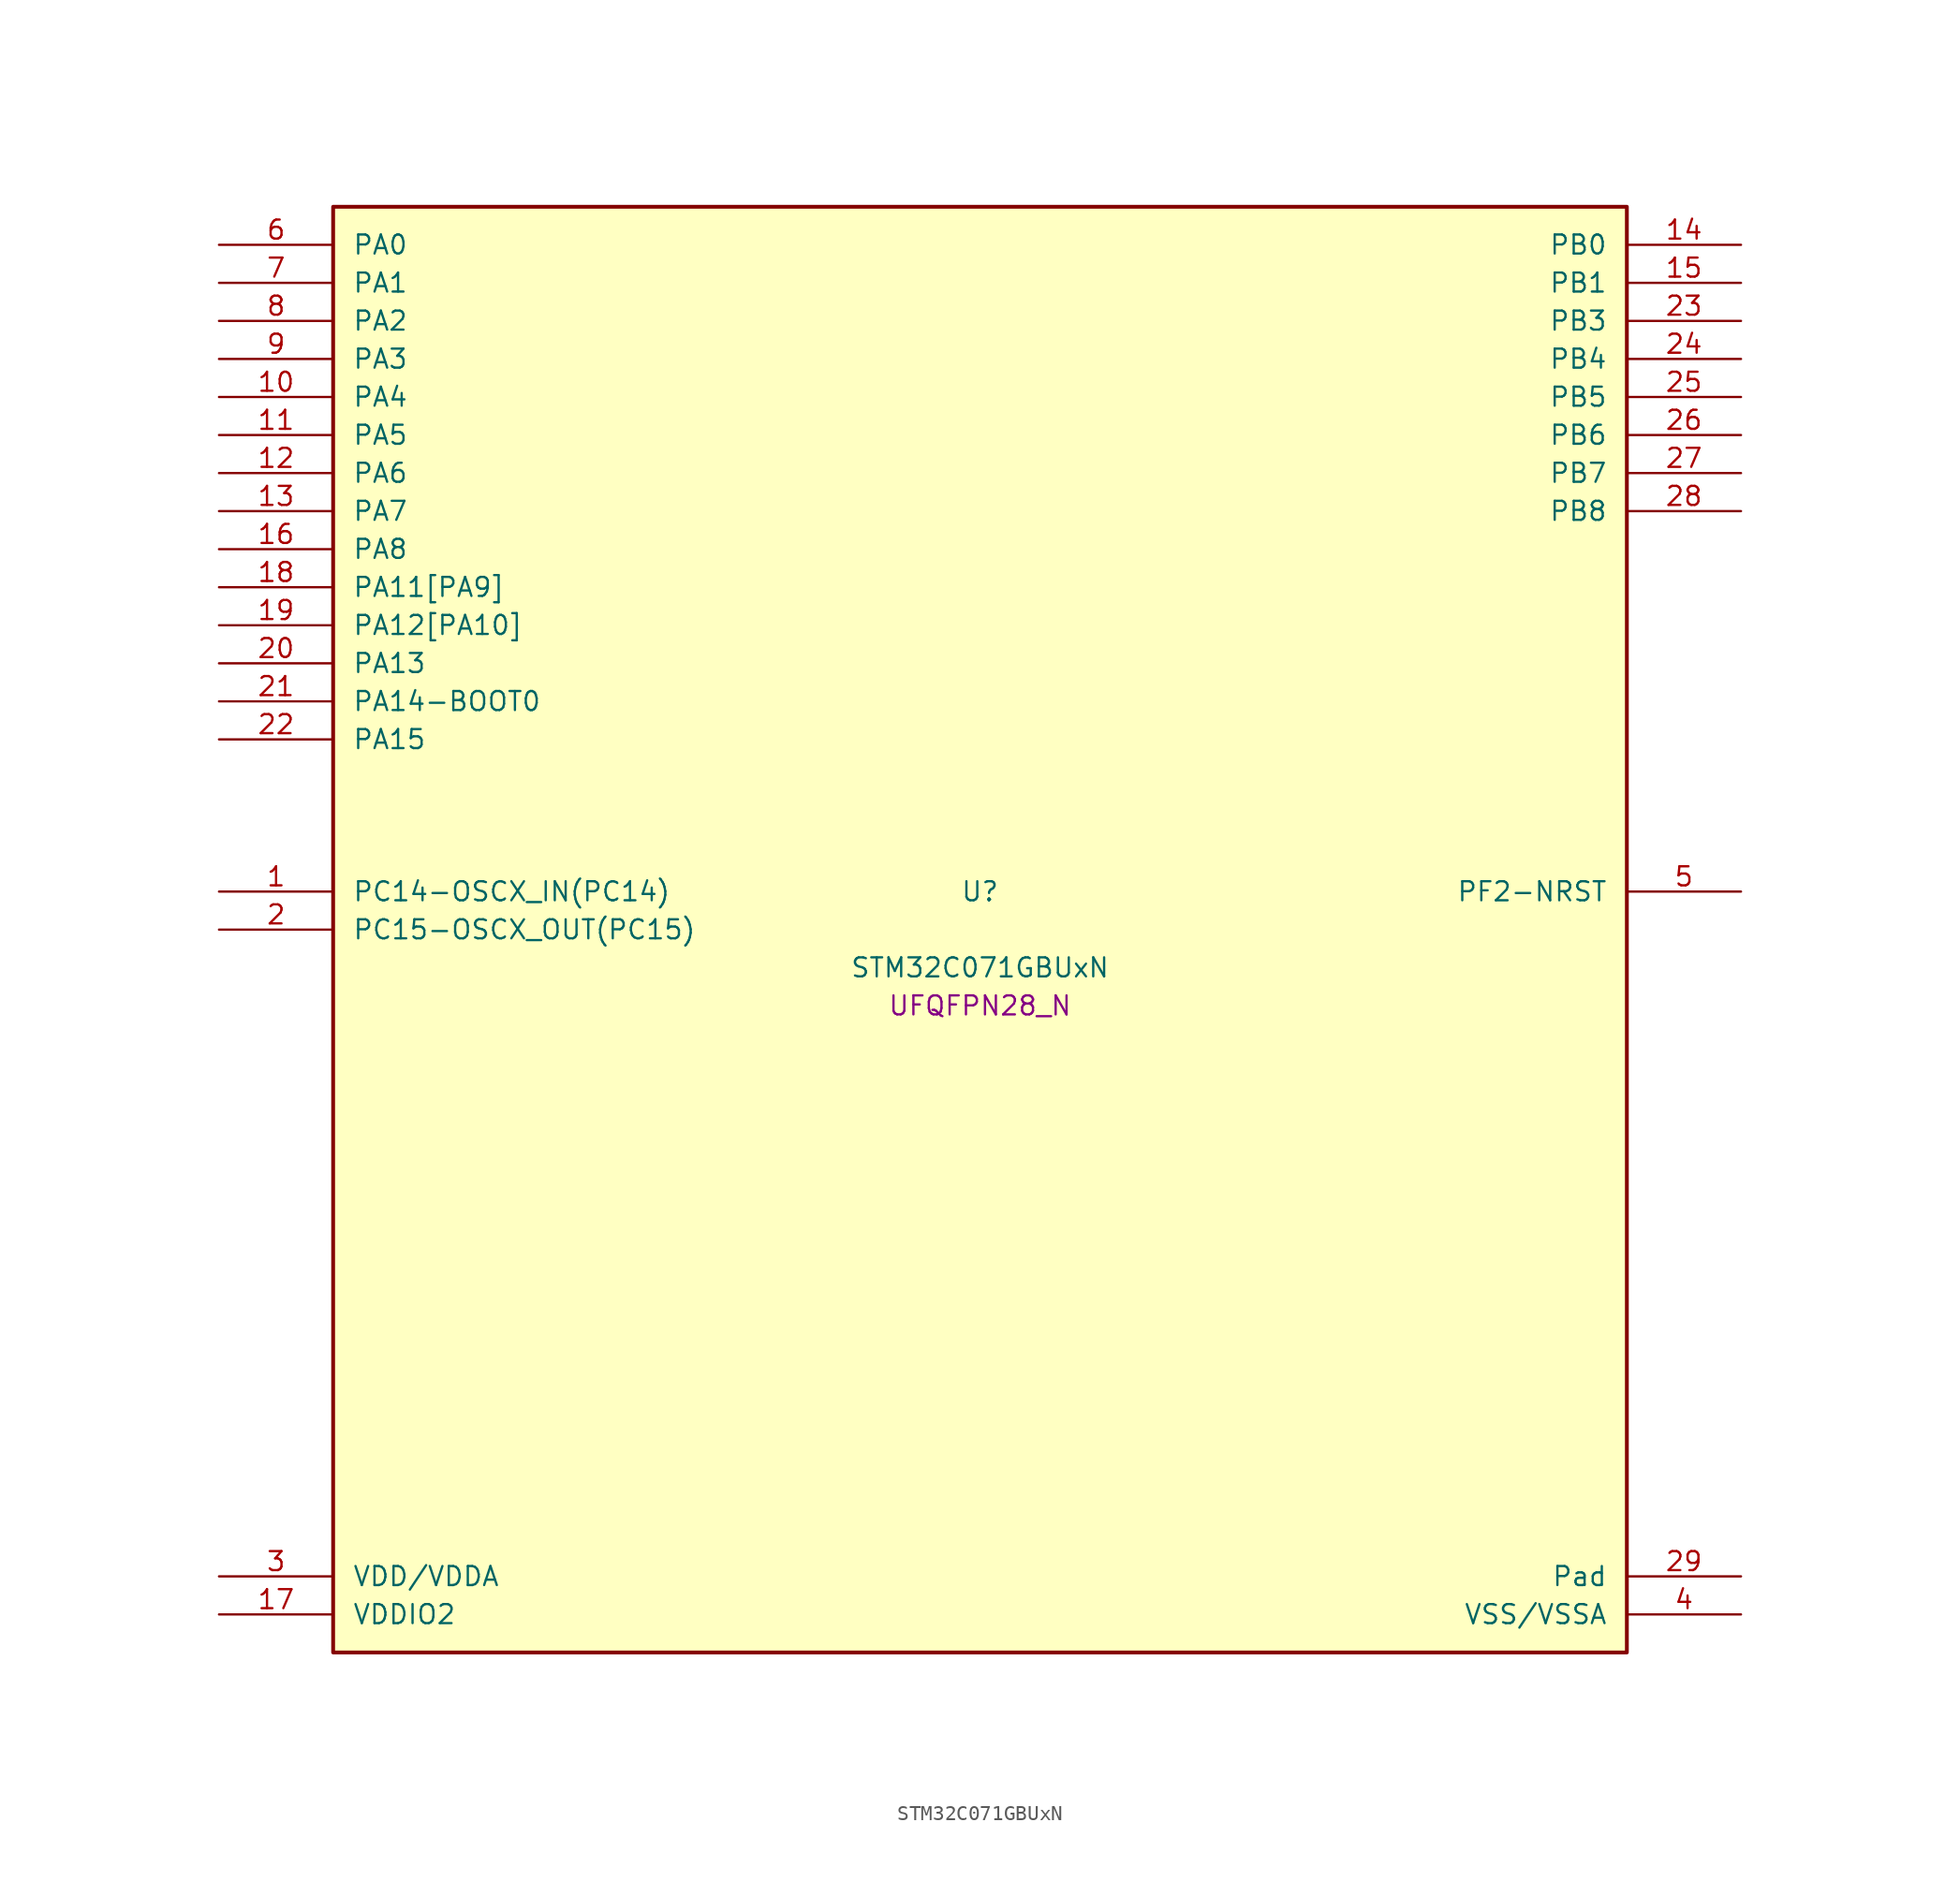
<source format=kicad_sym>
(kicad_symbol_lib
  (version 20241209)
  (generator "stm32_pkl_generator")
  (generator_version "1.0")
  (symbol "STM32C071GBUxN"
    (pin_names
      (offset 1.27))
    (property "Reference" "U"
      (at 0 2.54 0))
    (property "Value" "STM32C071GBUxN"
      (at 0 -2.54 0))
    (property "Footprint" "UFQFPN28_N"
      (at 0 -5.08 0))
    (symbol "STM32C071GBUxN_1_1"
      (rectangle (start -43.18 48.26) (end 43.18 -48.26) (stroke (width 0.254) (type solid)) (fill (type background)))
      (pin bidirectional line (at -50.8 45.72 0) (length 7.62) (name "PA0") (number "6") (alternate "PA0/ADC1_IN0" bidirectional line) (alternate "PA0/PWR_WKUP1" bidirectional line) (alternate "PA0/SPI2_SCK" bidirectional line) (alternate "PA0/TIM16_CH1" bidirectional line) (alternate "PA0/TIM1_CH1" bidirectional line) (alternate "PA0/TIM2_CH1" bidirectional line) (alternate "PA0/TIM2_ETR" bidirectional line) (alternate "PA0/USART1_TX" bidirectional line) (alternate "PA0/USART2_CTS" bidirectional line) (alternate "PA0/USART2_NSS" bidirectional line))
      (pin bidirectional line (at -50.8 43.18 0) (length 7.62) (name "PA1") (number "7") (alternate "PA1/ADC1_IN1" bidirectional line) (alternate "PA1/I2C1_SMBA" bidirectional line) (alternate "PA1/I2S1_CK" bidirectional line) (alternate "PA1/SPI1_SCK" bidirectional line) (alternate "PA1/TIM17_CH1" bidirectional line) (alternate "PA1/TIM1_CH2" bidirectional line) (alternate "PA1/TIM2_CH2" bidirectional line) (alternate "PA1/USART1_RX" bidirectional line) (alternate "PA1/USART2_CK" bidirectional line) (alternate "PA1/USART2_DE" bidirectional line) (alternate "PA1/USART2_RTS" bidirectional line))
      (pin bidirectional line (at -50.8 40.64 0) (length 7.62) (name "PA2") (number "8") (alternate "PA2/ADC1_IN2" bidirectional line) (alternate "PA2/I2S1_SD" bidirectional line) (alternate "PA2/PWR_WKUP4" bidirectional line) (alternate "PA2/RCC_LSCO" bidirectional line) (alternate "PA2/SPI1_MOSI" bidirectional line) (alternate "PA2/TIM16_CH1N" bidirectional line) (alternate "PA2/TIM1_CH3" bidirectional line) (alternate "PA2/TIM2_CH3" bidirectional line) (alternate "PA2/TIM3_ETR" bidirectional line) (alternate "PA2/USART2_TX" bidirectional line))
      (pin bidirectional line (at -50.8 38.1 0) (length 7.62) (name "PA3") (number "9") (alternate "PA3/ADC1_IN3" bidirectional line) (alternate "PA3/SPI2_MISO" bidirectional line) (alternate "PA3/TIM1_CH1N" bidirectional line) (alternate "PA3/TIM1_CH4" bidirectional line) (alternate "PA3/TIM2_CH4" bidirectional line) (alternate "PA3/USART2_RX" bidirectional line))
      (pin bidirectional line (at -50.8 35.56 0) (length 7.62) (name "PA4") (number "10") (alternate "PA4/ADC1_IN4" bidirectional line) (alternate "PA4/I2S1_WS" bidirectional line) (alternate "PA4/PWR_WKUP2" bidirectional line) (alternate "PA4/RTC_OUT1" bidirectional line) (alternate "PA4/RTC_TS" bidirectional line) (alternate "PA4/SPI1_NSS" bidirectional line) (alternate "PA4/SPI2_MOSI" bidirectional line) (alternate "PA4/TIM14_CH1" bidirectional line) (alternate "PA4/TIM17_CH1N" bidirectional line) (alternate "PA4/TIM1_CH2N" bidirectional line) (alternate "PA4/USART2_TX" bidirectional line) (alternate "PA4/USB_NOE" bidirectional line))
      (pin bidirectional line (at -50.8 33.02 0) (length 7.62) (name "PA5") (number "11") (alternate "PA5/ADC1_IN5" bidirectional line) (alternate "PA5/I2S1_CK" bidirectional line) (alternate "PA5/SPI1_SCK" bidirectional line) (alternate "PA5/TIM1_CH1" bidirectional line) (alternate "PA5/TIM1_CH3N" bidirectional line) (alternate "PA5/TIM2_CH1" bidirectional line) (alternate "PA5/TIM2_ETR" bidirectional line) (alternate "PA5/USART2_RX" bidirectional line))
      (pin bidirectional line (at -50.8 30.48 0) (length 7.62) (name "PA6") (number "12") (alternate "PA6/ADC1_IN6" bidirectional line) (alternate "PA6/I2C2_SDA" bidirectional line) (alternate "PA6/I2S1_MCK" bidirectional line) (alternate "PA6/SPI1_MISO" bidirectional line) (alternate "PA6/TIM16_CH1" bidirectional line) (alternate "PA6/TIM1_BKIN" bidirectional line) (alternate "PA6/TIM3_CH1" bidirectional line))
      (pin bidirectional line (at -50.8 27.94 0) (length 7.62) (name "PA7") (number "13") (alternate "PA7/ADC1_IN7" bidirectional line) (alternate "PA7/I2C2_SCL" bidirectional line) (alternate "PA7/I2S1_SD" bidirectional line) (alternate "PA7/SPI1_MOSI" bidirectional line) (alternate "PA7/TIM14_CH1" bidirectional line) (alternate "PA7/TIM17_CH1" bidirectional line) (alternate "PA7/TIM1_CH1N" bidirectional line) (alternate "PA7/TIM3_CH2" bidirectional line))
      (pin bidirectional line (at -50.8 25.4 0) (length 7.62) (name "PA8") (number "16") (alternate "PA8/ADC1_IN8" bidirectional line) (alternate "PA8/CRS_SYNC" bidirectional line) (alternate "PA8/I2S1_WS" bidirectional line) (alternate "PA8/RCC_MCO" bidirectional line) (alternate "PA8/RCC_MCO_2" bidirectional line) (alternate "PA8/SPI1_NSS" bidirectional line) (alternate "PA8/SPI2_MISO" bidirectional line) (alternate "PA8/SPI2_NSS" bidirectional line) (alternate "PA8/TIM14_CH1" bidirectional line) (alternate "PA8/TIM1_CH1" bidirectional line) (alternate "PA8/TIM1_CH2N" bidirectional line) (alternate "PA8/TIM1_CH3N" bidirectional line) (alternate "PA8/TIM3_CH3" bidirectional line) (alternate "PA8/TIM3_CH4" bidirectional line) (alternate "PA8/USART1_RX" bidirectional line) (alternate "PA8/USART2_TX" bidirectional line))
      (pin bidirectional line (at -50.8 22.86 0) (length 7.62) (name "PA11[PA9]") (number "18") (alternate "PA11[PA9]/ADC1_EXTI11" bidirectional line) (alternate "PA11[PA9]/I2C2_SCL" bidirectional line) (alternate "PA11[PA9]/I2S1_MCK" bidirectional line) (alternate "PA11[PA9]/SPI1_MISO" bidirectional line) (alternate "PA11[PA9]/TIM1_BKIN2" bidirectional line) (alternate "PA11[PA9]/TIM1_CH4" bidirectional line) (alternate "PA11[PA9]/USART1_CTS" bidirectional line) (alternate "PA11[PA9]/USART1_NSS" bidirectional line) (alternate "PA11[PA9]/USB_DM" bidirectional line) (alternate "PA11[PA9]/PA9[PA11]" bidirectional line) (alternate "PA11[PA9]/I2C1_SCL" bidirectional line) (alternate "PA11[PA9]/RCC_MCO" bidirectional line) (alternate "PA11[PA9]/SPI2_MISO" bidirectional line) (alternate "PA11[PA9]/TIM1_CH2" bidirectional line) (alternate "PA11[PA9]/TIM3_ETR" bidirectional line) (alternate "PA11[PA9]/USART1_TX" bidirectional line))
      (pin bidirectional line (at -50.8 20.32 0) (length 7.62) (name "PA12[PA10]") (number "19") (alternate "PA12[PA10]/I2C2_SDA" bidirectional line) (alternate "PA12[PA10]/I2S1_SD" bidirectional line) (alternate "PA12[PA10]/I2S_CKIN" bidirectional line) (alternate "PA12[PA10]/SPI1_MOSI" bidirectional line) (alternate "PA12[PA10]/TIM1_ETR" bidirectional line) (alternate "PA12[PA10]/USART1_CK" bidirectional line) (alternate "PA12[PA10]/USART1_DE" bidirectional line) (alternate "PA12[PA10]/USART1_RTS" bidirectional line) (alternate "PA12[PA10]/USB_DP" bidirectional line) (alternate "PA12[PA10]/PA10[PA12]" bidirectional line) (alternate "PA12[PA10]/I2C1_SDA" bidirectional line) (alternate "PA12[PA10]/RCC_MCO_2" bidirectional line) (alternate "PA12[PA10]/SPI2_MOSI" bidirectional line) (alternate "PA12[PA10]/TIM17_BKIN" bidirectional line) (alternate "PA12[PA10]/TIM1_CH3" bidirectional line) (alternate "PA12[PA10]/USART1_RX" bidirectional line))
      (pin bidirectional line (at -50.8 17.78 0) (length 7.62) (name "PA13") (number "20") (alternate "PA13/ADC1_IN13" bidirectional line) (alternate "PA13/DEBUG_SWDIO" bidirectional line) (alternate "PA13/IR_OUT" bidirectional line) (alternate "PA13/TIM3_ETR" bidirectional line) (alternate "PA13/USART2_RX" bidirectional line) (alternate "PA13/USB_NOE" bidirectional line))
      (pin bidirectional line (at -50.8 15.24 0) (length 7.62) (name "PA14-BOOT0") (number "21") (alternate "PA14-BOOT0/ADC1_IN14" bidirectional line) (alternate "PA14-BOOT0/DEBUG_SWCLK" bidirectional line) (alternate "PA14-BOOT0/I2S1_WS" bidirectional line) (alternate "PA14-BOOT0/RCC_MCO_2" bidirectional line) (alternate "PA14-BOOT0/SPI1_NSS" bidirectional line) (alternate "PA14-BOOT0/TIM1_CH1" bidirectional line) (alternate "PA14-BOOT0/USART1_CK" bidirectional line) (alternate "PA14-BOOT0/USART1_DE" bidirectional line) (alternate "PA14-BOOT0/USART1_RTS" bidirectional line) (alternate "PA14-BOOT0/USART2_RX" bidirectional line) (alternate "PA14-BOOT0/USART2_TX" bidirectional line))
      (pin bidirectional line (at -50.8 12.7 0) (length 7.62) (name "PA15") (number "22") (alternate "PA15/I2S1_WS" bidirectional line) (alternate "PA15/RCC_MCO_2" bidirectional line) (alternate "PA15/SPI1_NSS" bidirectional line) (alternate "PA15/TIM1_CH1" bidirectional line) (alternate "PA15/TIM2_CH1" bidirectional line) (alternate "PA15/TIM2_ETR" bidirectional line) (alternate "PA15/USART1_CK" bidirectional line) (alternate "PA15/USART1_DE" bidirectional line) (alternate "PA15/USART1_RTS" bidirectional line) (alternate "PA15/USART2_RX" bidirectional line) (alternate "PA15/USB_NOE" bidirectional line))
      (pin bidirectional line (at 50.8 45.72 180) (length 7.62) (name "PB0") (number "14") (alternate "PB0/ADC1_IN17" bidirectional line) (alternate "PB0/I2S1_WS" bidirectional line) (alternate "PB0/SPI1_NSS" bidirectional line) (alternate "PB0/TIM1_CH2N" bidirectional line) (alternate "PB0/TIM3_CH3" bidirectional line))
      (pin bidirectional line (at 50.8 43.18 180) (length 7.62) (name "PB1") (number "15") (alternate "PB1/ADC1_IN18" bidirectional line) (alternate "PB1/TIM14_CH1" bidirectional line) (alternate "PB1/TIM1_CH2N" bidirectional line) (alternate "PB1/TIM1_CH3N" bidirectional line) (alternate "PB1/TIM3_CH4" bidirectional line))
      (pin bidirectional line (at 50.8 40.64 180) (length 7.62) (name "PB3") (number "23") (alternate "PB3/I2C2_SCL" bidirectional line) (alternate "PB3/I2S1_CK" bidirectional line) (alternate "PB3/SPI1_SCK" bidirectional line) (alternate "PB3/TIM1_CH2" bidirectional line) (alternate "PB3/TIM2_CH2" bidirectional line) (alternate "PB3/TIM3_CH2" bidirectional line) (alternate "PB3/USART1_CK" bidirectional line) (alternate "PB3/USART1_DE" bidirectional line) (alternate "PB3/USART1_RTS" bidirectional line))
      (pin bidirectional line (at 50.8 38.1 180) (length 7.62) (name "PB4") (number "24") (alternate "PB4/I2C2_SDA" bidirectional line) (alternate "PB4/I2S1_MCK" bidirectional line) (alternate "PB4/SPI1_MISO" bidirectional line) (alternate "PB4/TIM17_BKIN" bidirectional line) (alternate "PB4/TIM3_CH1" bidirectional line) (alternate "PB4/USART1_CTS" bidirectional line) (alternate "PB4/USART1_NSS" bidirectional line))
      (pin bidirectional line (at 50.8 35.56 180) (length 7.62) (name "PB5") (number "25") (alternate "PB5/I2C1_SMBA" bidirectional line) (alternate "PB5/I2S1_SD" bidirectional line) (alternate "PB5/PWR_WKUP6" bidirectional line) (alternate "PB5/SPI1_MOSI" bidirectional line) (alternate "PB5/TIM16_BKIN" bidirectional line) (alternate "PB5/TIM3_CH2" bidirectional line) (alternate "PB5/TIM3_CH3" bidirectional line))
      (pin bidirectional line (at 50.8 33.02 180) (length 7.62) (name "PB6") (number "26") (alternate "PB6/I2C1_SCL" bidirectional line) (alternate "PB6/I2C1_SMBA" bidirectional line) (alternate "PB6/I2S1_CK" bidirectional line) (alternate "PB6/I2S1_MCK" bidirectional line) (alternate "PB6/I2S1_SD" bidirectional line) (alternate "PB6/PWR_WKUP3" bidirectional line) (alternate "PB6/SPI1_MISO" bidirectional line) (alternate "PB6/SPI1_MOSI" bidirectional line) (alternate "PB6/SPI1_SCK" bidirectional line) (alternate "PB6/SPI2_MISO" bidirectional line) (alternate "PB6/TIM16_BKIN" bidirectional line) (alternate "PB6/TIM16_CH1N" bidirectional line) (alternate "PB6/TIM17_BKIN" bidirectional line) (alternate "PB6/TIM1_CH2" bidirectional line) (alternate "PB6/TIM1_CH3" bidirectional line) (alternate "PB6/TIM3_CH1" bidirectional line) (alternate "PB6/TIM3_CH2" bidirectional line) (alternate "PB6/TIM3_CH3" bidirectional line) (alternate "PB6/USART1_CTS" bidirectional line) (alternate "PB6/USART1_NSS" bidirectional line) (alternate "PB6/USART1_TX" bidirectional line))
      (pin bidirectional line (at 50.8 30.48 180) (length 7.62) (name "PB7") (number "27") (alternate "PB7/I2C1_SCL" bidirectional line) (alternate "PB7/I2C1_SDA" bidirectional line) (alternate "PB7/RTC_REFIN" bidirectional line) (alternate "PB7/SPI2_MOSI" bidirectional line) (alternate "PB7/TIM16_CH1" bidirectional line) (alternate "PB7/TIM17_CH1N" bidirectional line) (alternate "PB7/TIM1_CH4" bidirectional line) (alternate "PB7/TIM3_CH1" bidirectional line) (alternate "PB7/TIM3_CH4" bidirectional line) (alternate "PB7/USART1_RX" bidirectional line) (alternate "PB7/USART2_CTS" bidirectional line) (alternate "PB7/USART2_NSS" bidirectional line))
      (pin bidirectional line (at 50.8 27.94 180) (length 7.62) (name "PB8") (number "28") (alternate "PB8/I2C1_SCL" bidirectional line) (alternate "PB8/SPI2_SCK" bidirectional line) (alternate "PB8/TIM16_CH1" bidirectional line) (alternate "PB8/TIM3_CH1" bidirectional line) (alternate "PB8/USART2_CTS" bidirectional line) (alternate "PB8/USART2_NSS" bidirectional line))
      (pin bidirectional line (at -50.8 2.54 0) (length 7.62) (name "PC14-OSCX_IN(PC14)") (number "1") (alternate "PC14-OSCX_IN(PC14)/I2C1_SDA" bidirectional line) (alternate "PC14-OSCX_IN(PC14)/IR_OUT" bidirectional line) (alternate "PC14-OSCX_IN(PC14)/RCC_OSCX_IN" bidirectional line) (alternate "PC14-OSCX_IN(PC14)/SPI2_NSS" bidirectional line) (alternate "PC14-OSCX_IN(PC14)/TIM17_CH1" bidirectional line) (alternate "PC14-OSCX_IN(PC14)/TIM1_BKIN2" bidirectional line) (alternate "PC14-OSCX_IN(PC14)/TIM1_ETR" bidirectional line) (alternate "PC14-OSCX_IN(PC14)/TIM3_CH2" bidirectional line) (alternate "PC14-OSCX_IN(PC14)/USART1_TX" bidirectional line) (alternate "PC14-OSCX_IN(PC14)/USART2_CK" bidirectional line) (alternate "PC14-OSCX_IN(PC14)/USART2_DE" bidirectional line) (alternate "PC14-OSCX_IN(PC14)/USART2_RTS" bidirectional line))
      (pin bidirectional line (at -50.8 0 0) (length 7.62) (name "PC15-OSCX_OUT(PC15)") (number "2") (alternate "PC15-OSCX_OUT(PC15)/RCC_OSC32_EN" bidirectional line) (alternate "PC15-OSCX_OUT(PC15)/RCC_OSCX_OUT" bidirectional line) (alternate "PC15-OSCX_OUT(PC15)/RCC_OSC_EN" bidirectional line) (alternate "PC15-OSCX_OUT(PC15)/TIM1_ETR" bidirectional line) (alternate "PC15-OSCX_OUT(PC15)/TIM3_CH3" bidirectional line))
      (pin bidirectional line (at 50.8 2.54 180) (length 7.62) (name "PF2-NRST") (number "5") (alternate "PF2-NRST/RCC_MCO" bidirectional line) (alternate "PF2-NRST/TIM1_CH4" bidirectional line))
      (pin power_in line (at -50.8 -43.18 0) (length 7.62) (name "VDD/VDDA") (number "3"))
      (pin power_in line (at -50.8 -45.72 0) (length 7.62) (name "VDDIO2") (number "17"))
      (pin passive line (at 50.8 -43.18 180) (length 7.62) (name "Pad") (number "29"))
      (pin power_in line (at 50.8 -45.72 180) (length 7.62) (name "VSS/VSSA") (number "4")))))
</source>
